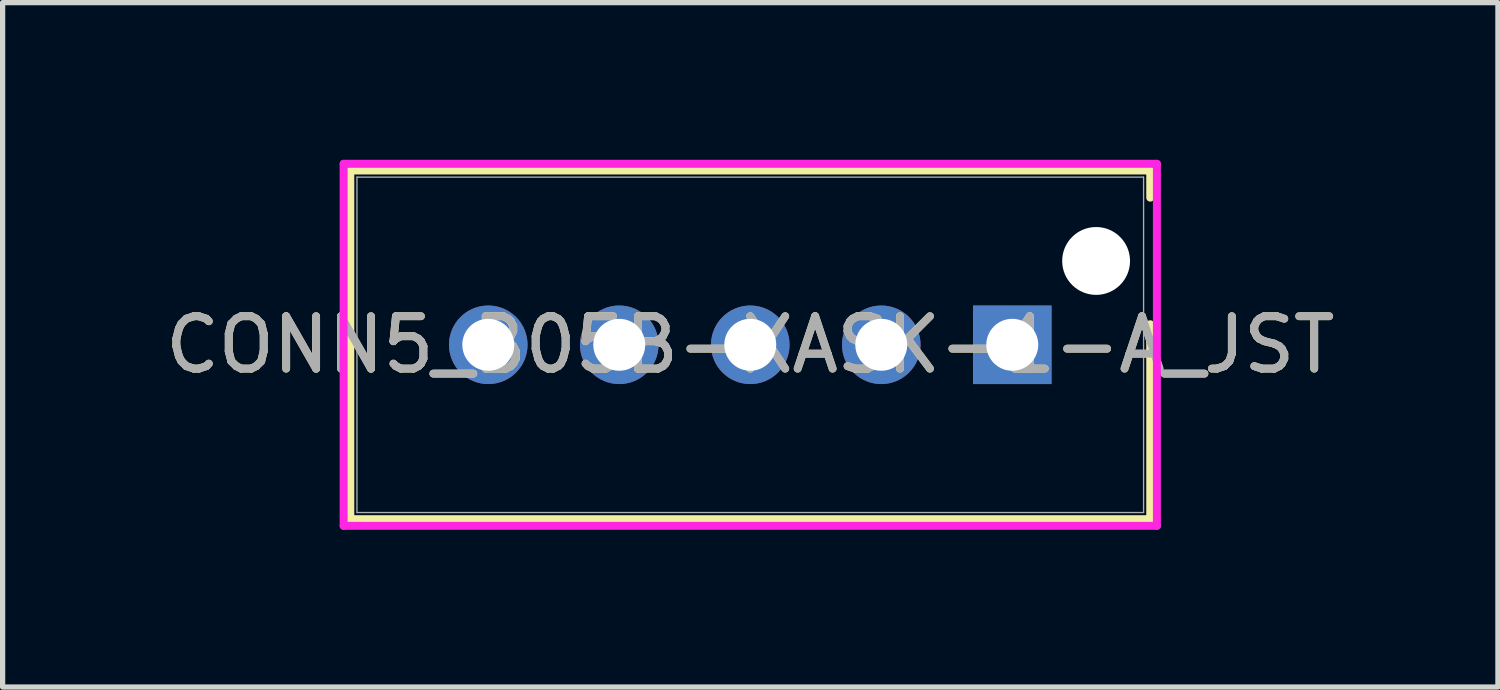
<source format=kicad_pcb>
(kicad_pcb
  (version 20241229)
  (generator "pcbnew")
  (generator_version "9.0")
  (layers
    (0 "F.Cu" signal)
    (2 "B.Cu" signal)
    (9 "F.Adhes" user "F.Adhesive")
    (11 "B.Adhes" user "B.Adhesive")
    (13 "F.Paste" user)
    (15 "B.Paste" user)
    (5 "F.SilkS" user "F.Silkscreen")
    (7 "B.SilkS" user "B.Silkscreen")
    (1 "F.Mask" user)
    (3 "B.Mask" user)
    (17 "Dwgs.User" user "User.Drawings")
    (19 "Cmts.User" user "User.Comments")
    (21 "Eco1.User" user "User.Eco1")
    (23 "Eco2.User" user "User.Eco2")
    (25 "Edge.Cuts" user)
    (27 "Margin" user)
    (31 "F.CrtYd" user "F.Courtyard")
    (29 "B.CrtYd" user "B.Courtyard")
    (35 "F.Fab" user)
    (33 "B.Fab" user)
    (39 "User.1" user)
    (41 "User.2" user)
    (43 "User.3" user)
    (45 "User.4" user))
  (footprint "CONN5_B05B-XASK-1-A_JST"
    (layer "F.Cu")
    (at 16.268 3.53)
    (property "Reference" "CONN5_B05B-XASK-1-A_JST" (at -5 0 0) (unlocked yes) (layer "F.SilkS") (effects (font (size 1 1) (thickness 0.15))))
    (attr through_hole)
    (fp_line (start -12.633 -3.327) (end -12.633 3.328) (stroke (width 0.152) (type solid)) (layer "F.SilkS"))
    (fp_line (start -12.633 3.328) (end 2.633 3.328) (stroke (width 0.152) (type solid)) (layer "F.SilkS"))
    (fp_line (start 2.633 -3.327) (end -12.633 -3.327) (stroke (width 0.152) (type solid)) (layer "F.SilkS"))
    (fp_line (start 2.633 -2.808) (end 2.633 -3.327) (stroke (width 0.152) (type solid)) (layer "F.SilkS"))
    (fp_line (start 2.633 3.328) (end 2.633 -0.392) (stroke (width 0.152) (type solid)) (layer "F.SilkS"))
    (fp_line (start -12.76 -3.454) (end -12.76 3.455) (stroke (width 0.152) (type solid)) (layer "F.CrtYd"))
    (fp_line (start -12.76 3.455) (end 2.76 3.455) (stroke (width 0.152) (type solid)) (layer "F.CrtYd"))
    (fp_line (start 2.76 -3.454) (end -12.76 -3.454) (stroke (width 0.152) (type solid)) (layer "F.CrtYd"))
    (fp_line (start 2.76 3.455) (end 2.76 -3.454) (stroke (width 0.152) (type solid)) (layer "F.CrtYd"))
    (fp_line (start -12.506 -3.2) (end -12.506 3.201) (stroke (width 0.025) (type solid)) (layer "F.Fab"))
    (fp_line (start -12.506 3.201) (end 2.506 3.201) (stroke (width 0.025) (type solid)) (layer "F.Fab"))
    (fp_line (start 2.506 -3.2) (end -12.506 -3.2) (stroke (width 0.025) (type solid)) (layer "F.Fab"))
    (fp_line (start 2.506 3.201) (end 2.506 -3.2) (stroke (width 0.025) (type solid)) (layer "F.Fab"))
    (fp_text user "${REFERENCE}" (at -5 0 0) (unlocked yes) (layer "F.Fab") (effects (font (size 1 1) (thickness 0.15))))
    (pad "" np_thru_hole circle (at 1.6 -1.6) (size 1.295 1.295) (drill 1.295) (layers "*.Cu" "*.Mask"))
    (pad "1" thru_hole rect (at 0 0) (size 1.499 1.499) (drill 0.991) (layers "*.Cu" "*.Mask"))
    (pad "2" thru_hole circle (at -2.5 0) (size 1.499 1.499) (drill 0.991) (layers "*.Cu" "*.Mask"))
    (pad "3" thru_hole circle (at -5 0) (size 1.499 1.499) (drill 0.991) (layers "*.Cu" "*.Mask"))
    (pad "4" thru_hole circle (at -7.5 0) (size 1.499 1.499) (drill 0.991) (layers "*.Cu" "*.Mask"))
    (pad "5" thru_hole circle (at -10 0) (size 1.499 1.499) (drill 0.991) (layers "*.Cu" "*.Mask")))
  (gr_rect
    (start -3 -3)
    (end 25.536 10.061)
    (stroke (width 0.1) (type default))
    (fill no)
    (layer "Edge.Cuts")))
</source>
